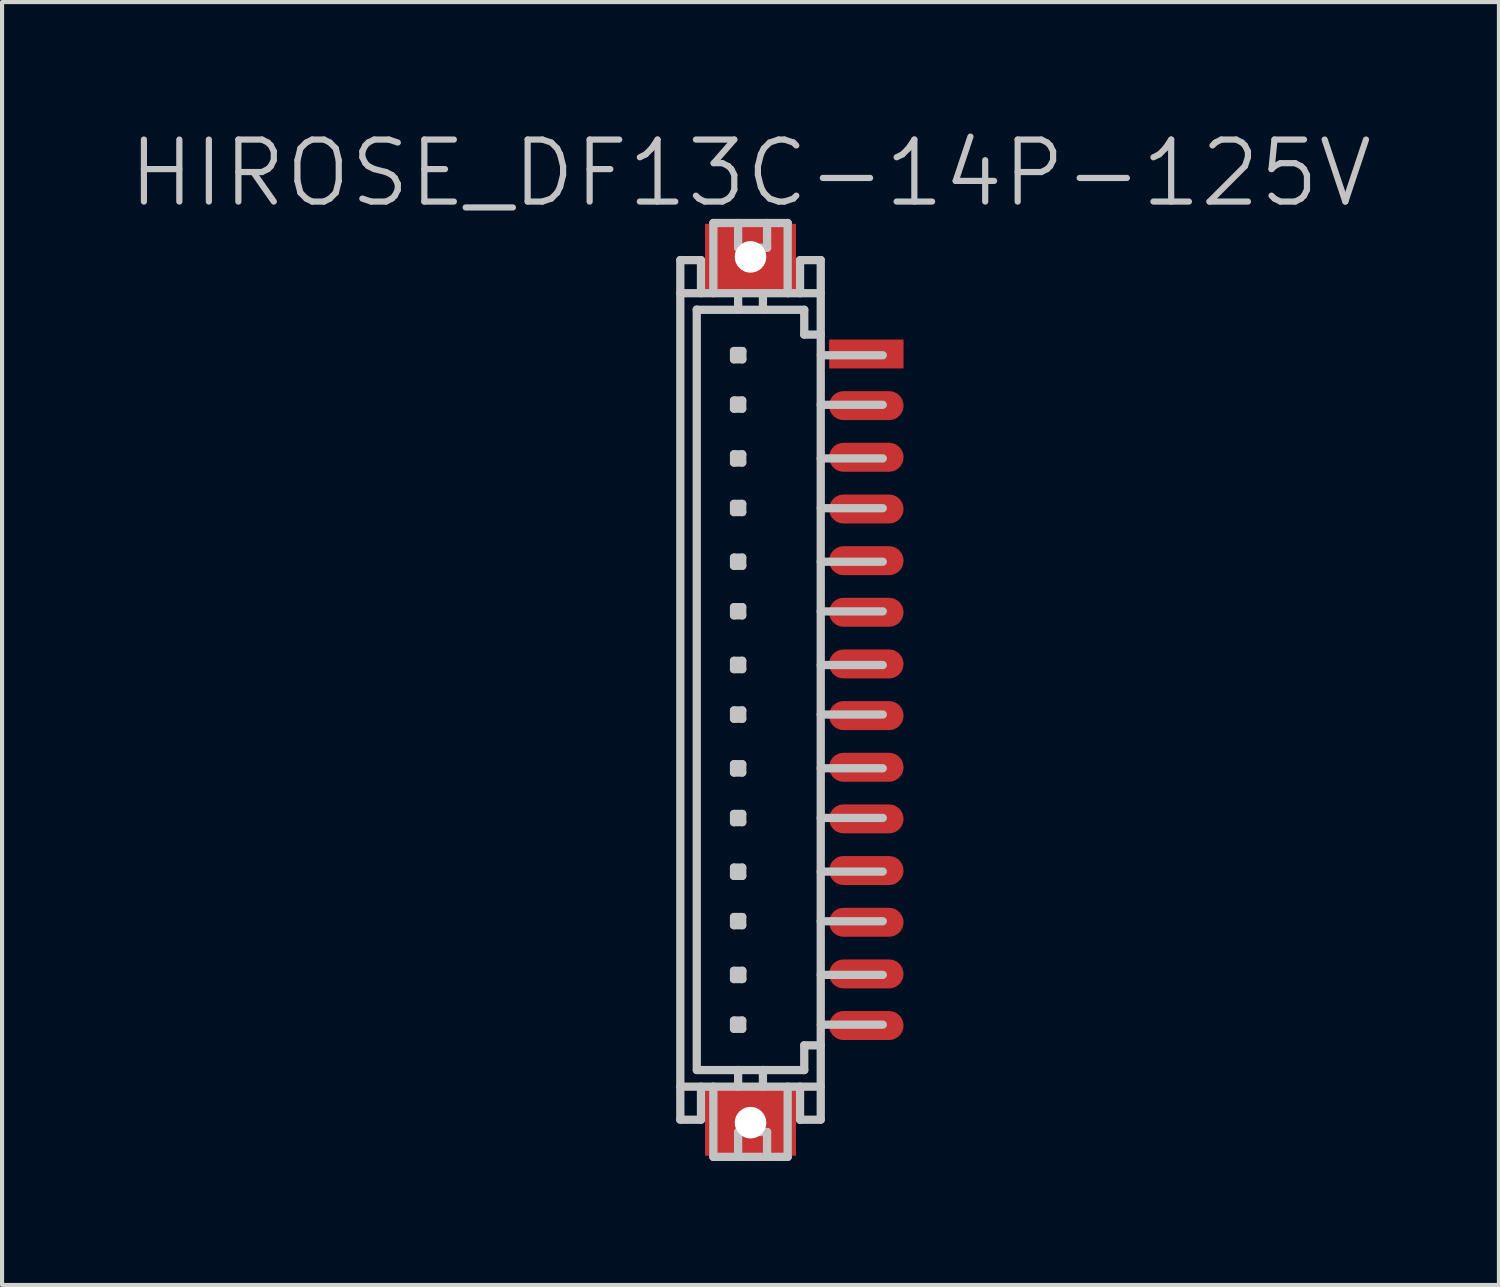
<source format=kicad_pcb>
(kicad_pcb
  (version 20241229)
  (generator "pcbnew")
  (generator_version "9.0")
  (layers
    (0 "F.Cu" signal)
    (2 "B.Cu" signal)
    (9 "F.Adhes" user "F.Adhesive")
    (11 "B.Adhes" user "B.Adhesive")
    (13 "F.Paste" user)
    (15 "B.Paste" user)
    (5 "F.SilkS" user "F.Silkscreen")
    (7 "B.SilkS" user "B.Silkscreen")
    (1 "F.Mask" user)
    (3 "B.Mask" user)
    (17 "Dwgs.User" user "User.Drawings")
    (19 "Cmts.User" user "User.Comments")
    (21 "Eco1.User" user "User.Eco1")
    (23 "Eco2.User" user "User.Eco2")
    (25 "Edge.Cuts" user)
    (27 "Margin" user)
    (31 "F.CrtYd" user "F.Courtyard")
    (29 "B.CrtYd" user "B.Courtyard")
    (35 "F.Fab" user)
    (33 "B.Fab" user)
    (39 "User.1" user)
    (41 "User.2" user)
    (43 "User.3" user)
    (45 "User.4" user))
  (footprint "HIROSE_DF13C-14P-125V"
    (layer "F.Cu")
    (at 15.111 13.641)
    (property "Reference" "HIROSE_DF13C-14P-125V" (at 0 -12.5 0) (layer "Dwgs.User") (effects (font (size 1.5 1.5) (thickness 0.15))))
    (attr smd)
    (fp_line (start -1.699 -10.399) (end -1.699 10.399) (stroke (width 0.2) (type solid)) (layer "Dwgs.User"))
    (fp_line (start -1.699 -10.396) (end -1.199 -10.396) (stroke (width 0.2) (type solid)) (layer "Dwgs.User"))
    (fp_line (start -1.699 10.404) (end -1.199 10.404) (stroke (width 0.2) (type solid)) (layer "Dwgs.User"))
    (fp_line (start -1.301 -9.195) (end 1.3 -9.195) (stroke (width 0.2) (type solid)) (layer "Dwgs.User"))
    (fp_line (start -1.301 9.2) (end -1.301 -9.2) (stroke (width 0.2) (type solid)) (layer "Dwgs.User"))
    (fp_line (start -1.298 9.202) (end 1.3 9.202) (stroke (width 0.2) (type solid)) (layer "Dwgs.User"))
    (fp_line (start -1.199 -9.596) (end -1.199 -10.396) (stroke (width 0.2) (type solid)) (layer "Dwgs.User"))
    (fp_line (start -1.199 10.404) (end -1.199 9.604) (stroke (width 0.2) (type solid)) (layer "Dwgs.User"))
    (fp_line (start -0.899 -11.295) (end -0.899 -9.596) (stroke (width 0.2) (type solid)) (layer "Dwgs.User"))
    (fp_line (start -0.899 -11.295) (end 0.899 -11.295) (stroke (width 0.2) (type solid)) (layer "Dwgs.User"))
    (fp_line (start -0.899 11.303) (end -0.899 9.604) (stroke (width 0.2) (type solid)) (layer "Dwgs.User"))
    (fp_line (start -0.399 -8.197) (end -0.399 -7.996) (stroke (width 0.2) (type solid)) (layer "Dwgs.User"))
    (fp_line (start -0.399 -7.996) (end -0.198 -7.996) (stroke (width 0.2) (type solid)) (layer "Dwgs.User"))
    (fp_line (start -0.399 -7) (end -0.201 -7) (stroke (width 0.2) (type solid)) (layer "Dwgs.User"))
    (fp_line (start -0.399 -6.802) (end -0.399 -7) (stroke (width 0.2) (type solid)) (layer "Dwgs.User"))
    (fp_line (start -0.399 -5.697) (end -0.201 -5.697) (stroke (width 0.2) (type solid)) (layer "Dwgs.User"))
    (fp_line (start -0.399 -5.499) (end -0.399 -5.697) (stroke (width 0.2) (type solid)) (layer "Dwgs.User"))
    (fp_line (start -0.399 -4.498) (end -0.201 -4.498) (stroke (width 0.2) (type solid)) (layer "Dwgs.User"))
    (fp_line (start -0.399 -4.3) (end -0.399 -4.498) (stroke (width 0.2) (type solid)) (layer "Dwgs.User"))
    (fp_line (start -0.399 -3.198) (end -0.201 -3.198) (stroke (width 0.2) (type solid)) (layer "Dwgs.User"))
    (fp_line (start -0.399 -3) (end -0.399 -3.198) (stroke (width 0.2) (type solid)) (layer "Dwgs.User"))
    (fp_line (start -0.399 -1.999) (end -0.201 -1.999) (stroke (width 0.2) (type solid)) (layer "Dwgs.User"))
    (fp_line (start -0.399 -1.801) (end -0.399 -1.999) (stroke (width 0.2) (type solid)) (layer "Dwgs.User"))
    (fp_line (start -0.399 -0.701) (end -0.201 -0.701) (stroke (width 0.2) (type solid)) (layer "Dwgs.User"))
    (fp_line (start -0.399 -0.5) (end -0.399 -0.701) (stroke (width 0.2) (type solid)) (layer "Dwgs.User"))
    (fp_line (start -0.399 0.5) (end -0.201 0.5) (stroke (width 0.2) (type solid)) (layer "Dwgs.User"))
    (fp_line (start -0.399 0.701) (end -0.399 0.5) (stroke (width 0.2) (type solid)) (layer "Dwgs.User"))
    (fp_line (start -0.399 1.801) (end -0.201 1.801) (stroke (width 0.2) (type solid)) (layer "Dwgs.User"))
    (fp_line (start -0.399 2.002) (end -0.399 1.801) (stroke (width 0.2) (type solid)) (layer "Dwgs.User"))
    (fp_line (start -0.399 3.005) (end -0.201 3.005) (stroke (width 0.2) (type solid)) (layer "Dwgs.User"))
    (fp_line (start -0.399 3.203) (end -0.399 3.005) (stroke (width 0.2) (type solid)) (layer "Dwgs.User"))
    (fp_line (start -0.399 4.303) (end -0.201 4.303) (stroke (width 0.2) (type solid)) (layer "Dwgs.User"))
    (fp_line (start -0.399 4.503) (end -0.399 4.303) (stroke (width 0.2) (type solid)) (layer "Dwgs.User"))
    (fp_line (start -0.399 5.499) (end -0.201 5.499) (stroke (width 0.2) (type solid)) (layer "Dwgs.User"))
    (fp_line (start -0.399 5.697) (end -0.399 5.499) (stroke (width 0.2) (type solid)) (layer "Dwgs.User"))
    (fp_line (start -0.399 6.8) (end -0.198 6.8) (stroke (width 0.2) (type solid)) (layer "Dwgs.User"))
    (fp_line (start -0.399 7) (end -0.399 6.8) (stroke (width 0.2) (type solid)) (layer "Dwgs.User"))
    (fp_line (start -0.399 8.004) (end -0.201 8.004) (stroke (width 0.2) (type solid)) (layer "Dwgs.User"))
    (fp_line (start -0.399 8.204) (end -0.399 8.004) (stroke (width 0.2) (type solid)) (layer "Dwgs.User"))
    (fp_line (start -0.3 -10.696) (end -0.3 -11.295) (stroke (width 0.2) (type solid)) (layer "Dwgs.User"))
    (fp_line (start -0.3 -9.596) (end -0.3 -9.195) (stroke (width 0.2) (type solid)) (layer "Dwgs.User"))
    (fp_line (start -0.3 9.2) (end -0.3 9.601) (stroke (width 0.2) (type solid)) (layer "Dwgs.User"))
    (fp_line (start -0.3 10.704) (end -0.3 11.303) (stroke (width 0.2) (type solid)) (layer "Dwgs.User"))
    (fp_line (start -0.201 -7) (end -0.201 -6.802) (stroke (width 0.2) (type solid)) (layer "Dwgs.User"))
    (fp_line (start -0.201 -6.802) (end -0.399 -6.802) (stroke (width 0.2) (type solid)) (layer "Dwgs.User"))
    (fp_line (start -0.201 -5.697) (end -0.201 -5.499) (stroke (width 0.2) (type solid)) (layer "Dwgs.User"))
    (fp_line (start -0.201 -5.499) (end -0.399 -5.499) (stroke (width 0.2) (type solid)) (layer "Dwgs.User"))
    (fp_line (start -0.201 -4.498) (end -0.201 -4.3) (stroke (width 0.2) (type solid)) (layer "Dwgs.User"))
    (fp_line (start -0.201 -4.3) (end -0.399 -4.3) (stroke (width 0.2) (type solid)) (layer "Dwgs.User"))
    (fp_line (start -0.201 -3.198) (end -0.201 -3) (stroke (width 0.2) (type solid)) (layer "Dwgs.User"))
    (fp_line (start -0.201 -3) (end -0.399 -3) (stroke (width 0.2) (type solid)) (layer "Dwgs.User"))
    (fp_line (start -0.201 -1.999) (end -0.201 -1.801) (stroke (width 0.2) (type solid)) (layer "Dwgs.User"))
    (fp_line (start -0.201 -1.801) (end -0.399 -1.801) (stroke (width 0.2) (type solid)) (layer "Dwgs.User"))
    (fp_line (start -0.201 -0.701) (end -0.201 -0.5) (stroke (width 0.2) (type solid)) (layer "Dwgs.User"))
    (fp_line (start -0.201 -0.5) (end -0.399 -0.5) (stroke (width 0.2) (type solid)) (layer "Dwgs.User"))
    (fp_line (start -0.201 0.5) (end -0.201 0.701) (stroke (width 0.2) (type solid)) (layer "Dwgs.User"))
    (fp_line (start -0.201 0.701) (end -0.399 0.701) (stroke (width 0.2) (type solid)) (layer "Dwgs.User"))
    (fp_line (start -0.201 1.801) (end -0.201 2.002) (stroke (width 0.2) (type solid)) (layer "Dwgs.User"))
    (fp_line (start -0.201 2.002) (end -0.399 2.002) (stroke (width 0.2) (type solid)) (layer "Dwgs.User"))
    (fp_line (start -0.201 3.005) (end -0.201 3.203) (stroke (width 0.2) (type solid)) (layer "Dwgs.User"))
    (fp_line (start -0.201 3.203) (end -0.399 3.203) (stroke (width 0.2) (type solid)) (layer "Dwgs.User"))
    (fp_line (start -0.201 4.303) (end -0.201 4.503) (stroke (width 0.2) (type solid)) (layer "Dwgs.User"))
    (fp_line (start -0.201 4.503) (end -0.399 4.503) (stroke (width 0.2) (type solid)) (layer "Dwgs.User"))
    (fp_line (start -0.201 5.499) (end -0.201 5.697) (stroke (width 0.2) (type solid)) (layer "Dwgs.User"))
    (fp_line (start -0.201 5.697) (end -0.399 5.697) (stroke (width 0.2) (type solid)) (layer "Dwgs.User"))
    (fp_line (start -0.201 8.004) (end -0.201 8.204) (stroke (width 0.2) (type solid)) (layer "Dwgs.User"))
    (fp_line (start -0.201 8.204) (end -0.399 8.204) (stroke (width 0.2) (type solid)) (layer "Dwgs.User"))
    (fp_line (start -0.198 -8.197) (end -0.399 -8.197) (stroke (width 0.2) (type solid)) (layer "Dwgs.User"))
    (fp_line (start -0.198 -7.996) (end -0.198 -8.197) (stroke (width 0.2) (type solid)) (layer "Dwgs.User"))
    (fp_line (start -0.198 6.8) (end -0.198 7) (stroke (width 0.2) (type solid)) (layer "Dwgs.User"))
    (fp_line (start -0.198 7) (end -0.399 7) (stroke (width 0.2) (type solid)) (layer "Dwgs.User"))
    (fp_line (start 0.3 -9.596) (end 0.3 -9.195) (stroke (width 0.2) (type solid)) (layer "Dwgs.User"))
    (fp_line (start 0.3 9.601) (end 0.3 9.2) (stroke (width 0.2) (type solid)) (layer "Dwgs.User"))
    (fp_line (start 0.401 -11.295) (end 0.401 -10.696) (stroke (width 0.2) (type solid)) (layer "Dwgs.User"))
    (fp_line (start 0.401 -10.696) (end -0.3 -10.696) (stroke (width 0.2) (type solid)) (layer "Dwgs.User"))
    (fp_line (start 0.401 10.701) (end -0.3 10.701) (stroke (width 0.2) (type solid)) (layer "Dwgs.User"))
    (fp_line (start 0.401 10.704) (end 0.401 11.303) (stroke (width 0.2) (type solid)) (layer "Dwgs.User"))
    (fp_line (start 0.899 -11.295) (end 0.899 -9.596) (stroke (width 0.2) (type solid)) (layer "Dwgs.User"))
    (fp_line (start 0.899 11.303) (end -0.899 11.303) (stroke (width 0.2) (type solid)) (layer "Dwgs.User"))
    (fp_line (start 0.899 11.303) (end 0.899 9.604) (stroke (width 0.2) (type solid)) (layer "Dwgs.User"))
    (fp_line (start 1.199 -10.396) (end 1.699 -10.396) (stroke (width 0.2) (type solid)) (layer "Dwgs.User"))
    (fp_line (start 1.199 -9.596) (end 1.199 -10.396) (stroke (width 0.2) (type solid)) (layer "Dwgs.User"))
    (fp_line (start 1.199 10.404) (end 1.199 9.604) (stroke (width 0.2) (type solid)) (layer "Dwgs.User"))
    (fp_line (start 1.199 10.404) (end 1.699 10.404) (stroke (width 0.2) (type solid)) (layer "Dwgs.User"))
    (fp_line (start 1.3 -9.195) (end 1.3 -8.595) (stroke (width 0.2) (type solid)) (layer "Dwgs.User"))
    (fp_line (start 1.3 8.603) (end 1.702 8.603) (stroke (width 0.2) (type solid)) (layer "Dwgs.User"))
    (fp_line (start 1.3 9.202) (end 1.3 8.603) (stroke (width 0.2) (type solid)) (layer "Dwgs.User"))
    (fp_line (start 1.699 -9.596) (end -1.699 -9.596) (stroke (width 0.2) (type solid)) (layer "Dwgs.User"))
    (fp_line (start 1.699 -6.896) (end 3.2 -6.896) (stroke (width 0.2) (type solid)) (layer "Dwgs.User"))
    (fp_line (start 1.699 -4.394) (end 3.2 -4.394) (stroke (width 0.2) (type solid)) (layer "Dwgs.User"))
    (fp_line (start 1.699 -3.099) (end 3.2 -3.099) (stroke (width 0.2) (type solid)) (layer "Dwgs.User"))
    (fp_line (start 1.699 -0.599) (end 3.2 -0.599) (stroke (width 0.2) (type solid)) (layer "Dwgs.User"))
    (fp_line (start 1.699 1.9) (end 3.2 1.9) (stroke (width 0.2) (type solid)) (layer "Dwgs.User"))
    (fp_line (start 1.699 5.601) (end 3.2 5.601) (stroke (width 0.2) (type solid)) (layer "Dwgs.User"))
    (fp_line (start 1.699 6.899) (end 3.2 6.899) (stroke (width 0.2) (type solid)) (layer "Dwgs.User"))
    (fp_line (start 1.699 9.604) (end -1.699 9.604) (stroke (width 0.2) (type solid)) (layer "Dwgs.User"))
    (fp_line (start 1.699 10.399) (end 1.699 -10.399) (stroke (width 0.2) (type solid)) (layer "Dwgs.User"))
    (fp_line (start 1.702 -8.595) (end 1.3 -8.595) (stroke (width 0.2) (type solid)) (layer "Dwgs.User"))
    (fp_line (start 1.702 -8.095) (end 3.2 -8.095) (stroke (width 0.2) (type solid)) (layer "Dwgs.User"))
    (fp_line (start 1.702 8.103) (end 3.2 8.103) (stroke (width 0.2) (type solid)) (layer "Dwgs.User"))
    (fp_line (start 3.2 -5.598) (end 1.699 -5.598) (stroke (width 0.2) (type solid)) (layer "Dwgs.User"))
    (fp_line (start 3.2 -1.897) (end 1.699 -1.897) (stroke (width 0.2) (type solid)) (layer "Dwgs.User"))
    (fp_line (start 3.2 0.599) (end 1.699 0.599) (stroke (width 0.2) (type solid)) (layer "Dwgs.User"))
    (fp_line (start 3.2 3.101) (end 1.699 3.101) (stroke (width 0.2) (type solid)) (layer "Dwgs.User"))
    (fp_line (start 3.2 4.399) (end 1.699 4.399) (stroke (width 0.2) (type solid)) (layer "Dwgs.User"))
    (pad "" np_thru_hole rect (at -0.0001 -10.475 270) (size 1.6 2.2) (drill 0.762) (layers "F.Cu" "F.Mask" "F.Paste"))
    (pad "" np_thru_hole rect (at -0.0001 10.475 270) (size 1.6 2.2) (drill 0.762) (layers "F.Cu" "F.Mask" "F.Paste"))
    (pad "1" smd rect (at 2.802 -8.125 270) (size 0.7 1.8) (layers "F.Cu" "F.Mask" "F.Paste"))
    (pad "2" smd oval (at 2.802 -6.876 270) (size 0.7 1.8) (layers "F.Cu" "F.Mask" "F.Paste"))
    (pad "3" smd oval (at 2.802 -5.626 270) (size 0.7 1.8) (layers "F.Cu" "F.Mask" "F.Paste"))
    (pad "4" smd oval (at 2.802 -4.374 270) (size 0.7 1.8) (layers "F.Cu" "F.Mask" "F.Paste"))
    (pad "5" smd oval (at 2.802 -3.124 270) (size 0.7 1.8) (layers "F.Cu" "F.Mask" "F.Paste"))
    (pad "6" smd oval (at 2.802 -1.875 270) (size 0.7 1.8) (layers "F.Cu" "F.Mask" "F.Paste"))
    (pad "7" smd oval (at 2.802 -0.625 270) (size 0.7 1.8) (layers "F.Cu" "F.Mask" "F.Paste"))
    (pad "8" smd oval (at 2.802 0.625 270) (size 0.7 1.8) (layers "F.Cu" "F.Mask" "F.Paste"))
    (pad "9" smd oval (at 2.802 1.875 270) (size 0.7 1.8) (layers "F.Cu" "F.Mask" "F.Paste"))
    (pad "10" smd oval (at 2.802 3.124 270) (size 0.7 1.8) (layers "F.Cu" "F.Mask" "F.Paste"))
    (pad "11" smd oval (at 2.802 4.374 270) (size 0.7 1.8) (layers "F.Cu" "F.Mask" "F.Paste"))
    (pad "12" smd oval (at 2.802 5.626 270) (size 0.7 1.8) (layers "F.Cu" "F.Mask" "F.Paste"))
    (pad "13" smd oval (at 2.802 6.876 270) (size 0.7 1.8) (layers "F.Cu" "F.Mask" "F.Paste"))
    (pad "14" smd oval (at 2.802 8.125 270) (size 0.7 1.8) (layers "F.Cu" "F.Mask" "F.Paste")))
  (gr_rect
    (start -3 -3)
    (end 33.221 28.044)
    (stroke (width 0.1) (type default))
    (fill no)
    (layer "Edge.Cuts")))
</source>
